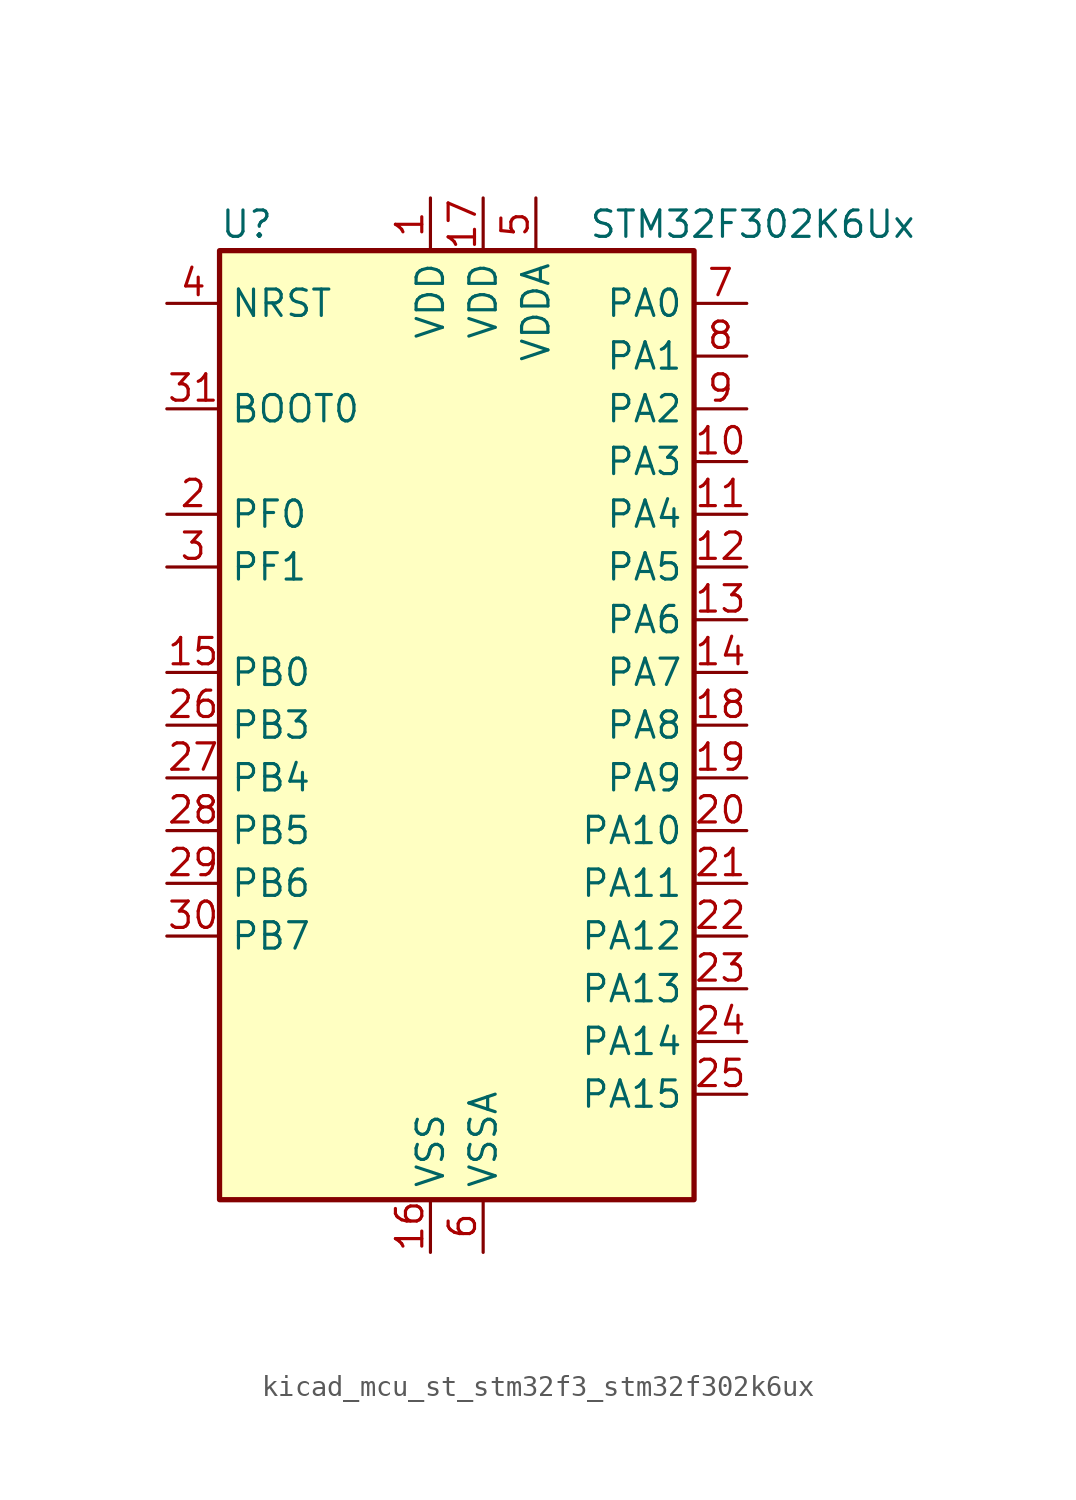
<source format=kicad_sym>
(kicad_symbol_lib
  (version 20220914)
  (generator kicad_symbol_editor)
  (symbol "kicad_mcu_st_stm32f3_stm32f302k6ux"
    (property "Reference" "U"
      (at -10.16 24.13 0)
      (effects (font (size 1.27 1.27)) (justify left)))
    (property "Value" "STM32F302K6Ux"
      (at 7.62 24.13 0)
      (effects (font (size 1.27 1.27)) (justify left)))
    (property "ki_locked" ""
      (at 0 0 0)
      (effects (font (size 1.27 1.27))))
    (symbol "kicad_mcu_st_stm32f3_stm32f302k6ux_0_1"
      (rectangle (start -10.16 -22.86) (end 12.7 22.86) (stroke (width 0.254) (type default)) (fill (type background))))
    (symbol "kicad_mcu_st_stm32f3_stm32f302k6ux_1_1"
      (pin power_in line (at 0 25.4 270) (length 2.54) (name "VDD" (effects (font (size 1.27 1.27)))) (number "1" (effects (font (size 1.27 1.27)))))
      (pin bidirectional line (at 15.24 12.7 180) (length 2.54) (name "PA3" (effects (font (size 1.27 1.27)))) (number "10" (effects (font (size 1.27 1.27)))) (alternate "ADC1_IN4" bidirectional line) (alternate "TIM15_CH2" bidirectional line) (alternate "TIM2_CH4" bidirectional line) (alternate "TSC_G1_IO4" bidirectional line) (alternate "USART2_RX" bidirectional line))
      (pin bidirectional line (at 15.24 10.16 180) (length 2.54) (name "PA4" (effects (font (size 1.27 1.27)))) (number "11" (effects (font (size 1.27 1.27)))) (alternate "ADC1_IN5" bidirectional line) (alternate "COMP2_INM" bidirectional line) (alternate "COMP4_INM" bidirectional line) (alternate "DAC_OUT1" bidirectional line) (alternate "I2S3_WS" bidirectional line) (alternate "SPI3_NSS" bidirectional line) (alternate "TSC_G2_IO1" bidirectional line) (alternate "USART2_CK" bidirectional line))
      (pin bidirectional line (at 15.24 7.62 180) (length 2.54) (name "PA5" (effects (font (size 1.27 1.27)))) (number "12" (effects (font (size 1.27 1.27)))) (alternate "OPAMP2_VINM" bidirectional line) (alternate "OPAMP2_VINM_SEC" bidirectional line) (alternate "TIM2_CH1" bidirectional line) (alternate "TIM2_ETR" bidirectional line) (alternate "TSC_G2_IO2" bidirectional line))
      (pin bidirectional line (at 15.24 5.08 180) (length 2.54) (name "PA6" (effects (font (size 1.27 1.27)))) (number "13" (effects (font (size 1.27 1.27)))) (alternate "ADC1_IN10" bidirectional line) (alternate "OPAMP2_VOUT" bidirectional line) (alternate "TIM16_CH1" bidirectional line) (alternate "TIM1_BKIN" bidirectional line) (alternate "TSC_G2_IO3" bidirectional line))
      (pin bidirectional line (at 15.24 2.54 180) (length 2.54) (name "PA7" (effects (font (size 1.27 1.27)))) (number "14" (effects (font (size 1.27 1.27)))) (alternate "ADC1_IN15" bidirectional line) (alternate "COMP2_INP" bidirectional line) (alternate "OPAMP2_VINP" bidirectional line) (alternate "OPAMP2_VINP_SEC" bidirectional line) (alternate "TIM17_CH1" bidirectional line) (alternate "TIM1_CH1N" bidirectional line) (alternate "TSC_G2_IO4" bidirectional line))
      (pin bidirectional line (at -12.7 2.54 0) (length 2.54) (name "PB0" (effects (font (size 1.27 1.27)))) (number "15" (effects (font (size 1.27 1.27)))) (alternate "ADC1_IN11" bidirectional line) (alternate "COMP4_INP" bidirectional line) (alternate "OPAMP2_VINP" bidirectional line) (alternate "OPAMP2_VINP_SEC" bidirectional line) (alternate "TIM1_CH2N" bidirectional line) (alternate "TSC_G3_IO2" bidirectional line))
      (pin power_in line (at 0 -25.4 90) (length 2.54) (name "VSS" (effects (font (size 1.27 1.27)))) (number "16" (effects (font (size 1.27 1.27)))))
      (pin power_in line (at 2.54 25.4 270) (length 2.54) (name "VDD" (effects (font (size 1.27 1.27)))) (number "17" (effects (font (size 1.27 1.27)))))
      (pin bidirectional line (at 15.24 0 180) (length 2.54) (name "PA8" (effects (font (size 1.27 1.27)))) (number "18" (effects (font (size 1.27 1.27)))) (alternate "I2C2_SMBA" bidirectional line) (alternate "I2C3_SCL" bidirectional line) (alternate "I2S2_MCK" bidirectional line) (alternate "RCC_MCO" bidirectional line) (alternate "TIM1_CH1" bidirectional line) (alternate "USART1_CK" bidirectional line))
      (pin bidirectional line (at 15.24 -2.54 180) (length 2.54) (name "PA9" (effects (font (size 1.27 1.27)))) (number "19" (effects (font (size 1.27 1.27)))) (alternate "DAC_EXTI9" bidirectional line) (alternate "I2C2_SCL" bidirectional line) (alternate "I2C3_SMBA" bidirectional line) (alternate "I2S3_MCK" bidirectional line) (alternate "TIM15_BKIN" bidirectional line) (alternate "TIM1_CH2" bidirectional line) (alternate "TIM2_CH3" bidirectional line) (alternate "TSC_G4_IO1" bidirectional line) (alternate "USART1_TX" bidirectional line))
      (pin bidirectional line (at -12.7 10.16 0) (length 2.54) (name "PF0" (effects (font (size 1.27 1.27)))) (number "2" (effects (font (size 1.27 1.27)))) (alternate "I2C2_SDA" bidirectional line) (alternate "I2S2_WS" bidirectional line) (alternate "RCC_OSC_IN" bidirectional line) (alternate "SPI2_NSS" bidirectional line) (alternate "TIM1_CH3N" bidirectional line))
      (pin bidirectional line (at 15.24 -5.08 180) (length 2.54) (name "PA10" (effects (font (size 1.27 1.27)))) (number "20" (effects (font (size 1.27 1.27)))) (alternate "I2C2_SDA" bidirectional line) (alternate "I2S2_ext_SD" bidirectional line) (alternate "SPI2_MISO" bidirectional line) (alternate "TIM17_BKIN" bidirectional line) (alternate "TIM1_CH3" bidirectional line) (alternate "TIM2_CH4" bidirectional line) (alternate "TSC_G4_IO2" bidirectional line) (alternate "USART1_RX" bidirectional line))
      (pin bidirectional line (at 15.24 -7.62 180) (length 2.54) (name "PA11" (effects (font (size 1.27 1.27)))) (number "21" (effects (font (size 1.27 1.27)))) (alternate "ADC1_EXTI11" bidirectional line) (alternate "CAN_RX" bidirectional line) (alternate "I2S2_SD" bidirectional line) (alternate "SPI2_MOSI" bidirectional line) (alternate "TIM1_BKIN2" bidirectional line) (alternate "TIM1_CH1N" bidirectional line) (alternate "TIM1_CH4" bidirectional line) (alternate "USART1_CTS" bidirectional line) (alternate "USB_DM" bidirectional line))
      (pin bidirectional line (at 15.24 -10.16 180) (length 2.54) (name "PA12" (effects (font (size 1.27 1.27)))) (number "22" (effects (font (size 1.27 1.27)))) (alternate "CAN_TX" bidirectional line) (alternate "COMP2_OUT" bidirectional line) (alternate "I2S_CKIN" bidirectional line) (alternate "TIM16_CH1" bidirectional line) (alternate "TIM1_CH2N" bidirectional line) (alternate "TIM1_ETR" bidirectional line) (alternate "USART1_DE" bidirectional line) (alternate "USART1_RTS" bidirectional line) (alternate "USB_DP" bidirectional line))
      (pin bidirectional line (at 15.24 -12.7 180) (length 2.54) (name "PA13" (effects (font (size 1.27 1.27)))) (number "23" (effects (font (size 1.27 1.27)))) (alternate "IR_OUT" bidirectional line) (alternate "SYS_JTMS-SWDIO" bidirectional line) (alternate "TIM16_CH1N" bidirectional line) (alternate "TSC_G4_IO3" bidirectional line))
      (pin bidirectional line (at 15.24 -15.24 180) (length 2.54) (name "PA14" (effects (font (size 1.27 1.27)))) (number "24" (effects (font (size 1.27 1.27)))) (alternate "I2C1_SDA" bidirectional line) (alternate "SYS_JTCK-SWCLK" bidirectional line) (alternate "TIM1_BKIN" bidirectional line) (alternate "TSC_G4_IO4" bidirectional line) (alternate "USART2_TX" bidirectional line))
      (pin bidirectional line (at 15.24 -17.78 180) (length 2.54) (name "PA15" (effects (font (size 1.27 1.27)))) (number "25" (effects (font (size 1.27 1.27)))) (alternate "ADC1_EXTI15" bidirectional line) (alternate "I2C1_SCL" bidirectional line) (alternate "I2S3_WS" bidirectional line) (alternate "SPI3_NSS" bidirectional line) (alternate "SYS_JTDI" bidirectional line) (alternate "TIM1_BKIN" bidirectional line) (alternate "TIM2_CH1" bidirectional line) (alternate "TIM2_ETR" bidirectional line) (alternate "TSC_SYNC" bidirectional line) (alternate "USART2_RX" bidirectional line))
      (pin bidirectional line (at -12.7 0 0) (length 2.54) (name "PB3" (effects (font (size 1.27 1.27)))) (number "26" (effects (font (size 1.27 1.27)))) (alternate "I2S3_CK" bidirectional line) (alternate "SPI3_SCK" bidirectional line) (alternate "SYS_JTDO-TRACESWO" bidirectional line) (alternate "TIM2_CH2" bidirectional line) (alternate "TSC_G5_IO1" bidirectional line) (alternate "USART2_TX" bidirectional line))
      (pin bidirectional line (at -12.7 -2.54 0) (length 2.54) (name "PB4" (effects (font (size 1.27 1.27)))) (number "27" (effects (font (size 1.27 1.27)))) (alternate "I2S3_ext_SD" bidirectional line) (alternate "SPI3_MISO" bidirectional line) (alternate "SYS_NJTRST" bidirectional line) (alternate "TIM16_CH1" bidirectional line) (alternate "TIM17_BKIN" bidirectional line) (alternate "TSC_G5_IO2" bidirectional line) (alternate "USART2_RX" bidirectional line))
      (pin bidirectional line (at -12.7 -5.08 0) (length 2.54) (name "PB5" (effects (font (size 1.27 1.27)))) (number "28" (effects (font (size 1.27 1.27)))) (alternate "I2C1_SMBA" bidirectional line) (alternate "I2C3_SDA" bidirectional line) (alternate "I2S3_SD" bidirectional line) (alternate "SPI3_MOSI" bidirectional line) (alternate "TIM16_BKIN" bidirectional line) (alternate "TIM17_CH1" bidirectional line) (alternate "USART2_CK" bidirectional line))
      (pin bidirectional line (at -12.7 -7.62 0) (length 2.54) (name "PB6" (effects (font (size 1.27 1.27)))) (number "29" (effects (font (size 1.27 1.27)))) (alternate "I2C1_SCL" bidirectional line) (alternate "TIM16_CH1N" bidirectional line) (alternate "TSC_G5_IO3" bidirectional line) (alternate "USART1_TX" bidirectional line))
      (pin bidirectional line (at -12.7 7.62 0) (length 2.54) (name "PF1" (effects (font (size 1.27 1.27)))) (number "3" (effects (font (size 1.27 1.27)))) (alternate "I2C2_SCL" bidirectional line) (alternate "I2S2_CK" bidirectional line) (alternate "RCC_OSC_OUT" bidirectional line) (alternate "SPI2_SCK" bidirectional line))
      (pin bidirectional line (at -12.7 -10.16 0) (length 2.54) (name "PB7" (effects (font (size 1.27 1.27)))) (number "30" (effects (font (size 1.27 1.27)))) (alternate "I2C1_SDA" bidirectional line) (alternate "TIM17_CH1N" bidirectional line) (alternate "TSC_G5_IO4" bidirectional line) (alternate "USART1_RX" bidirectional line))
      (pin input line (at -12.7 15.24 0) (length 2.54) (name "BOOT0" (effects (font (size 1.27 1.27)))) (number "31" (effects (font (size 1.27 1.27)))))
      (pin passive line (at 0 -25.4 90) (length 2.54) hide (name "VSS" (effects (font (size 1.27 1.27)))) (number "32" (effects (font (size 1.27 1.27)))))
      (pin passive line (at 0 -25.4 90) (length 2.54) hide (name "VSS" (effects (font (size 1.27 1.27)))) (number "33" (effects (font (size 1.27 1.27)))))
      (pin input line (at -12.7 20.32 0) (length 2.54) (name "NRST" (effects (font (size 1.27 1.27)))) (number "4" (effects (font (size 1.27 1.27)))))
      (pin power_in line (at 5.08 25.4 270) (length 2.54) (name "VDDA" (effects (font (size 1.27 1.27)))) (number "5" (effects (font (size 1.27 1.27)))))
      (pin power_in line (at 2.54 -25.4 90) (length 2.54) (name "VSSA" (effects (font (size 1.27 1.27)))) (number "6" (effects (font (size 1.27 1.27)))))
      (pin bidirectional line (at 15.24 20.32 180) (length 2.54) (name "PA0" (effects (font (size 1.27 1.27)))) (number "7" (effects (font (size 1.27 1.27)))) (alternate "ADC1_IN1" bidirectional line) (alternate "RTC_TAMP2" bidirectional line) (alternate "SYS_WKUP1" bidirectional line) (alternate "TIM2_CH1" bidirectional line) (alternate "TIM2_ETR" bidirectional line) (alternate "TSC_G1_IO1" bidirectional line) (alternate "USART2_CTS" bidirectional line))
      (pin bidirectional line (at 15.24 17.78 180) (length 2.54) (name "PA1" (effects (font (size 1.27 1.27)))) (number "8" (effects (font (size 1.27 1.27)))) (alternate "ADC1_IN2" bidirectional line) (alternate "RTC_REFIN" bidirectional line) (alternate "TIM15_CH1N" bidirectional line) (alternate "TIM2_CH2" bidirectional line) (alternate "TSC_G1_IO2" bidirectional line) (alternate "USART2_DE" bidirectional line) (alternate "USART2_RTS" bidirectional line))
      (pin bidirectional line (at 15.24 15.24 180) (length 2.54) (name "PA2" (effects (font (size 1.27 1.27)))) (number "9" (effects (font (size 1.27 1.27)))) (alternate "ADC1_IN3" bidirectional line) (alternate "COMP2_INM" bidirectional line) (alternate "COMP2_OUT" bidirectional line) (alternate "TIM15_CH1" bidirectional line) (alternate "TIM2_CH3" bidirectional line) (alternate "TSC_G1_IO3" bidirectional line) (alternate "USART2_TX" bidirectional line)))))
</source>
